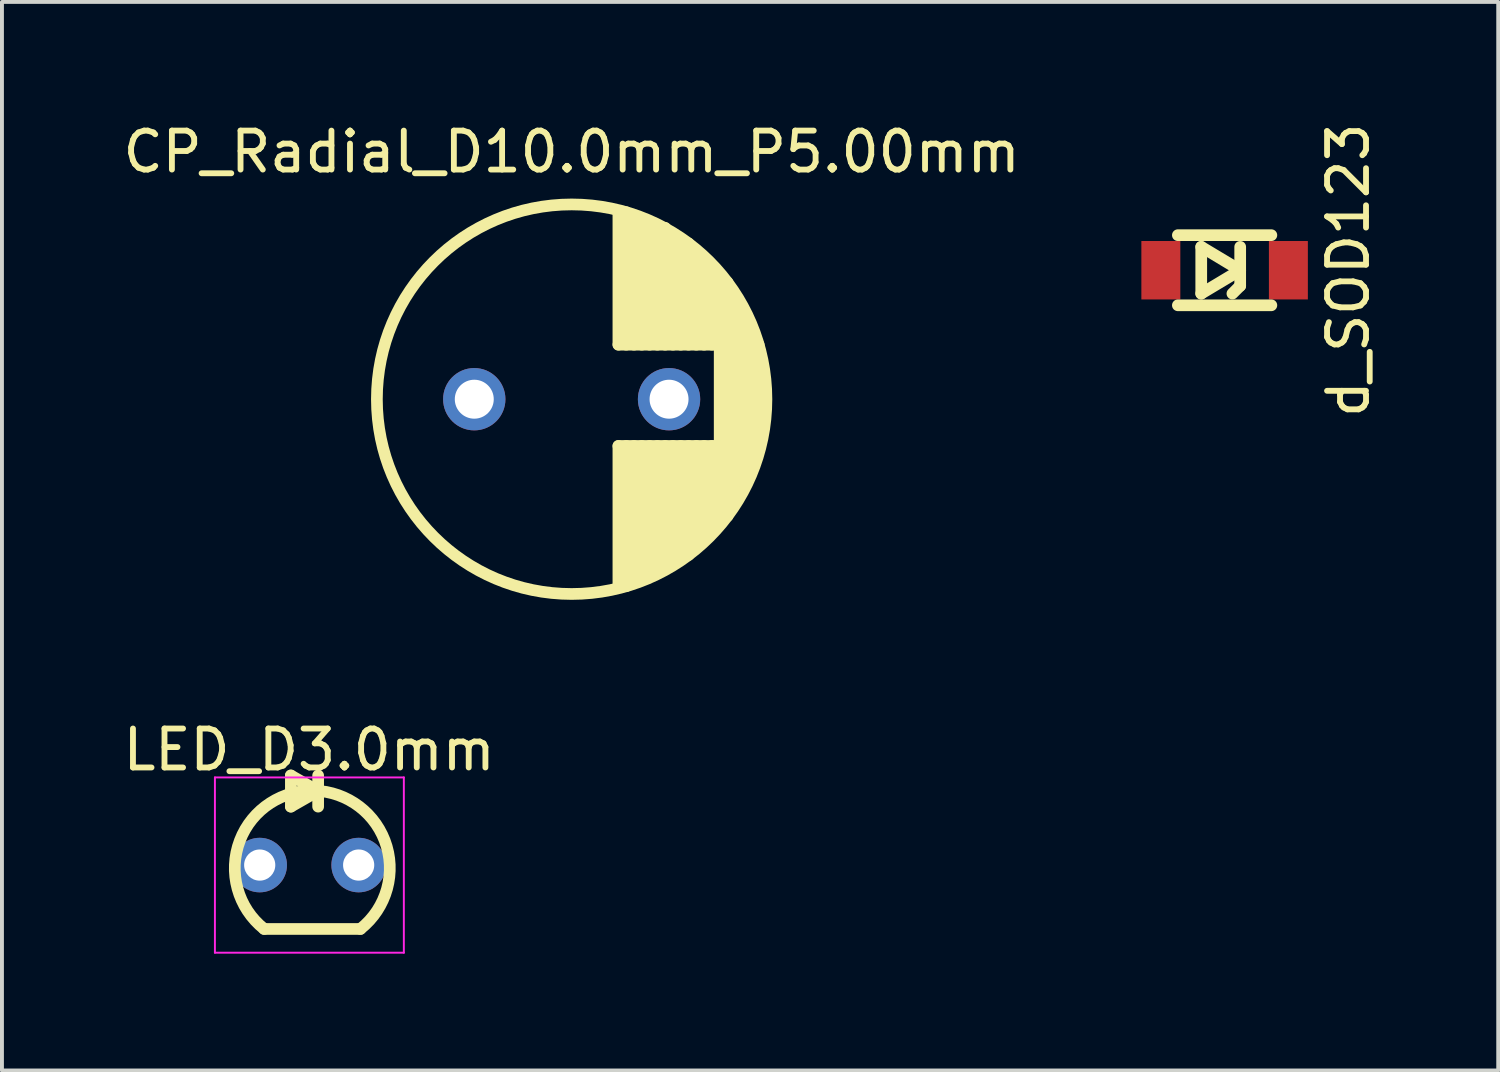
<source format=kicad_pcb>
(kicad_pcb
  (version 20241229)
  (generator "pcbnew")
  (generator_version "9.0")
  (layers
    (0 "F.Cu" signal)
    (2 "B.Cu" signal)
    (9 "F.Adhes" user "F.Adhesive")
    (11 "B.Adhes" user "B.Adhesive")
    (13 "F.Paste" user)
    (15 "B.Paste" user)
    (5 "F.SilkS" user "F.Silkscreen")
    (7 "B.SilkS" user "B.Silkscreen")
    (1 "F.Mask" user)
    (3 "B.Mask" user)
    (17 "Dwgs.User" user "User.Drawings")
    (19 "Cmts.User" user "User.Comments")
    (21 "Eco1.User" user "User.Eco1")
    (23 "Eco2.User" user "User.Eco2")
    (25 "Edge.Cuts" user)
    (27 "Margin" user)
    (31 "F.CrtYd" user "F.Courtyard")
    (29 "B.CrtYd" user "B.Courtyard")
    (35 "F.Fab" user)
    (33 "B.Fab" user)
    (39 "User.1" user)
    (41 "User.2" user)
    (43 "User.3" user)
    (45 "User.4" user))
  (footprint "d_SOD123"
    (layer "F.Cu")
    (at 28.387 3.887)
    (property "Reference" "d_SOD123" (at 3.175 0 270) (layer "F.SilkS") (effects (font (size 1 1) (thickness 0.15))))
    (attr smd)
    (fp_line (start -1.2 -0.9) (end 1.2 -0.9) (stroke (width 0.3) (type solid)) (layer "F.SilkS"))
    (fp_line (start -1.2 0.9) (end 1.2 0.9) (stroke (width 0.3) (type solid)) (layer "F.SilkS"))
    (fp_line (start -0.6 -0.6) (end -0.6 0.6) (stroke (width 0.3) (type solid)) (layer "F.SilkS"))
    (fp_line (start -0.6 0.6) (end 0.4 0) (stroke (width 0.3) (type solid)) (layer "F.SilkS"))
    (fp_line (start 0.4 -0.6) (end 0.4 0.4) (stroke (width 0.3) (type solid)) (layer "F.SilkS"))
    (fp_line (start 0.4 0) (end -0.6 -0.6) (stroke (width 0.3) (type solid)) (layer "F.SilkS"))
    (fp_line (start 0.4 0.4) (end 0.2 0.6) (stroke (width 0.3) (type solid)) (layer "F.SilkS"))
    (pad "1" smd rect (at -1.637 0) (size 1 1.5) (layers "F.Cu" "F.Mask" "F.Paste"))
    (pad "2" smd rect (at 1.637 0) (size 1 1.5) (layers "F.Cu" "F.Mask" "F.Paste")))
  (footprint "CP_Radial_D10.0mm_P5.00mm"
    (layer "F.Cu")
    (at 11.625 7.198)
    (property "Reference" "CP_Radial_D10.0mm_P5.00mm" (at 0 -6.35 0) (layer "F.SilkS") (effects (font (size 1 1) (thickness 0.15))))
    (attr through_hole)
    (fp_line (start 1.2 -1.4) (end 1.2 -4.8) (stroke (width 0.3) (type solid)) (layer "F.SilkS"))
    (fp_line (start 1.2 -1.4) (end 3.8 -1.4) (stroke (width 0.3) (type solid)) (layer "F.SilkS"))
    (fp_line (start 1.2 1.2) (end 1.2 4.8) (stroke (width 0.3) (type solid)) (layer "F.SilkS"))
    (fp_line (start 1.4 -1.4) (end 1.4 -4.8) (stroke (width 0.3) (type solid)) (layer "F.SilkS"))
    (fp_line (start 1.4 1.2) (end 1.4 4.8) (stroke (width 0.3) (type solid)) (layer "F.SilkS"))
    (fp_line (start 1.6 -1.4) (end 1.6 -4.6) (stroke (width 0.3) (type solid)) (layer "F.SilkS"))
    (fp_line (start 1.6 1.2) (end 1.6 4.6) (stroke (width 0.3) (type solid)) (layer "F.SilkS"))
    (fp_line (start 1.8 -1.4) (end 1.8 -4.6) (stroke (width 0.3) (type solid)) (layer "F.SilkS"))
    (fp_line (start 1.8 1.2) (end 1.8 4.6) (stroke (width 0.3) (type solid)) (layer "F.SilkS"))
    (fp_line (start 2 -1.4) (end 2 -4.4) (stroke (width 0.3) (type solid)) (layer "F.SilkS"))
    (fp_line (start 2 1.2) (end 2 4.4) (stroke (width 0.3) (type solid)) (layer "F.SilkS"))
    (fp_line (start 2.2 -1.4) (end 2.2 -4.4) (stroke (width 0.3) (type solid)) (layer "F.SilkS"))
    (fp_line (start 2.2 1.2) (end 2.2 4.4) (stroke (width 0.3) (type solid)) (layer "F.SilkS"))
    (fp_line (start 2.4 -1.4) (end 2.4 -4.4) (stroke (width 0.3) (type solid)) (layer "F.SilkS"))
    (fp_line (start 2.4 1.2) (end 2.4 4.2) (stroke (width 0.3) (type solid)) (layer "F.SilkS"))
    (fp_line (start 2.6 -1.4) (end 2.6 -4.2) (stroke (width 0.3) (type solid)) (layer "F.SilkS"))
    (fp_line (start 2.6 1.2) (end 2.6 4.2) (stroke (width 0.3) (type solid)) (layer "F.SilkS"))
    (fp_line (start 2.8 -1.4) (end 2.8 -4) (stroke (width 0.3) (type solid)) (layer "F.SilkS"))
    (fp_line (start 2.8 1.2) (end 2.8 4) (stroke (width 0.3) (type solid)) (layer "F.SilkS"))
    (fp_line (start 3 -1.4) (end 3 -4) (stroke (width 0.3) (type solid)) (layer "F.SilkS"))
    (fp_line (start 3 1.2) (end 3 4) (stroke (width 0.3) (type solid)) (layer "F.SilkS"))
    (fp_line (start 3.2 -1.4) (end 3.2 -3.8) (stroke (width 0.3) (type solid)) (layer "F.SilkS"))
    (fp_line (start 3.2 1.2) (end 3.2 3.8) (stroke (width 0.3) (type solid)) (layer "F.SilkS"))
    (fp_line (start 3.4 -1.4) (end 3.4 -3.6) (stroke (width 0.3) (type solid)) (layer "F.SilkS"))
    (fp_line (start 3.4 1.2) (end 3.4 3.6) (stroke (width 0.3) (type solid)) (layer "F.SilkS"))
    (fp_line (start 3.6 -1.4) (end 3.6 -3.4) (stroke (width 0.3) (type solid)) (layer "F.SilkS"))
    (fp_line (start 3.6 1.2) (end 3.6 3.4) (stroke (width 0.3) (type solid)) (layer "F.SilkS"))
    (fp_line (start 3.8 -1.4) (end 3.8 -3.2) (stroke (width 0.3) (type solid)) (layer "F.SilkS"))
    (fp_line (start 3.8 -1.4) (end 3.8 1.2) (stroke (width 0.3) (type solid)) (layer "F.SilkS"))
    (fp_line (start 3.8 1.2) (end 1.2 1.2) (stroke (width 0.3) (type solid)) (layer "F.SilkS"))
    (fp_line (start 3.8 1.2) (end 3.8 3.2) (stroke (width 0.3) (type solid)) (layer "F.SilkS"))
    (fp_line (start 4 -3) (end 4 3) (stroke (width 0.3) (type solid)) (layer "F.SilkS"))
    (fp_line (start 4.2 2.6) (end 4.2 -2.6) (stroke (width 0.3) (type solid)) (layer "F.SilkS"))
    (fp_line (start 4.4 -2.2) (end 4.4 2.2) (stroke (width 0.3) (type solid)) (layer "F.SilkS"))
    (fp_line (start 4.6 1.8) (end 4.6 -1.8) (stroke (width 0.3) (type solid)) (layer "F.SilkS"))
    (fp_line (start 4.8 1.2) (end 4.8 -1.4) (stroke (width 0.3) (type solid)) (layer "F.SilkS"))
    (fp_circle (center 0 0) (end 5 0) (stroke (width 0.3) (type solid)) (fill no) (layer "F.SilkS"))
    (pad "1" thru_hole circle (at -2.5 0) (size 1.6 1.6) (drill 1) (layers "*.Cu" "*.Mask"))
    (pad "2" thru_hole circle (at 2.5 0) (size 1.6 1.6) (drill 1) (layers "*.Cu" "*.Mask")))
  (footprint "LED_D3.0mm"
    (layer "F.Cu")
    (at 3.617 19.157)
    (property "Reference" "LED_D3.0mm" (at 1.27 -2.96 0) (layer "F.SilkS") (effects (font (size 1 1) (thickness 0.15))))
    (attr through_hole)
    (fp_line (start 0.114 1.64) (end 2.586 1.64) (stroke (width 0.3) (type solid)) (layer "F.SilkS"))
    (fp_line (start 0.8 -2.3) (end 0.8 -1.5) (stroke (width 0.3) (type solid)) (layer "F.SilkS"))
    (fp_line (start 0.8 -1.5) (end 1.5 -1.9) (stroke (width 0.3) (type solid)) (layer "F.SilkS"))
    (fp_line (start 1.5 -1.9) (end 0.8 -2.3) (stroke (width 0.3) (type solid)) (layer "F.SilkS"))
    (fp_line (start 1.5 -1.5) (end 1.5 -2.3) (stroke (width 0.3) (type solid)) (layer "F.SilkS"))
    (fp_arc (start 0.114484 1.64) (mid -0.509325 -0.629231) (end 1.467296 -1.90654) (stroke (width 0.3) (type solid)) (layer "F.SilkS"))
    (fp_arc (start 1.232704 -1.90654) (mid 3.209325 -0.629231) (end 2.585516 1.64) (stroke (width 0.3) (type solid)) (layer "F.SilkS"))
    (fp_line (start -1.15 -2.25) (end -1.15 2.25) (stroke (width 0.05) (type solid)) (layer "F.CrtYd"))
    (fp_line (start -1.15 2.25) (end 3.7 2.25) (stroke (width 0.05) (type solid)) (layer "F.CrtYd"))
    (fp_line (start 3.7 -2.25) (end -1.15 -2.25) (stroke (width 0.05) (type solid)) (layer "F.CrtYd"))
    (fp_line (start 3.7 2.25) (end 3.7 -2.25) (stroke (width 0.05) (type solid)) (layer "F.CrtYd"))
    (pad "1" thru_hole circle (at 0 0) (size 1.4 1.4) (drill 0.8) (layers "*.Cu" "*.Mask"))
    (pad "2" thru_hole circle (at 2.54 0) (size 1.4 1.4) (drill 0.8) (layers "*.Cu" "*.Mask")))
  (gr_rect
    (start -3 -3)
    (end 35.411 24.431)
    (stroke (width 0.1) (type default))
    (fill no)
    (layer "Edge.Cuts")))
</source>
